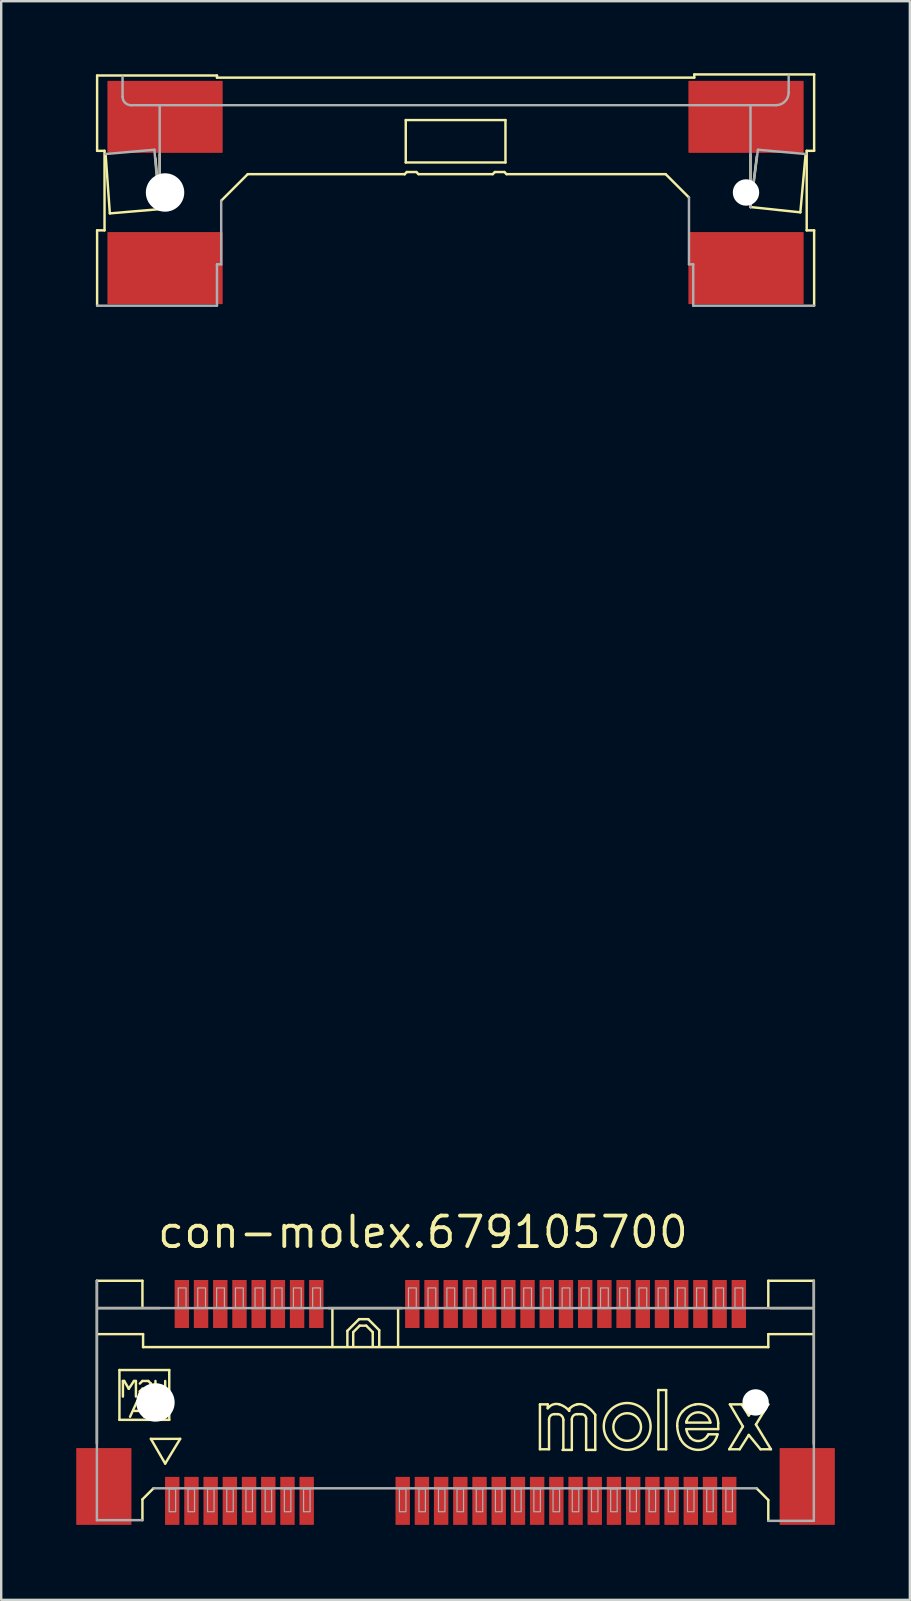
<source format=kicad_pcb>
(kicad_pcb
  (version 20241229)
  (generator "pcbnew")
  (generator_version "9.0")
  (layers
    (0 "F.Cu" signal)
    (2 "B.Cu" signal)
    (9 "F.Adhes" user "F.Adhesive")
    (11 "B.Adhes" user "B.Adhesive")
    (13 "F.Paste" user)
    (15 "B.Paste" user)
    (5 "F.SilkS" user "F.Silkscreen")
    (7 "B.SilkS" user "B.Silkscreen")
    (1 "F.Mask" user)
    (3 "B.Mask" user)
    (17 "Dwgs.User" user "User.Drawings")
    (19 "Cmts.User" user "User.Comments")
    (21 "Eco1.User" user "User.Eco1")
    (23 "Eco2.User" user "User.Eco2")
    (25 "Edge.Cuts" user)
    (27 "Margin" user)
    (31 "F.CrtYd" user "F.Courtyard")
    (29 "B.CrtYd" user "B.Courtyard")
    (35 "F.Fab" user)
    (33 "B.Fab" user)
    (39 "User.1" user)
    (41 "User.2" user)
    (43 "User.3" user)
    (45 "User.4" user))
  (footprint "con-molex.679105700"
    (layer "F.Cu")
    (at 3.425 55.368)
    (property "Reference" "con-molex.679105700" (at 0 -6.35 0) (layer "F.SilkS") (effects (font (size 1.27 1.27) (thickness 0.16)) (justify left bottom)))
    (attr smd)
    (fp_rect (start -3.4 5.188) (end -0.9 1.8) (stroke (width 0.05) (type default)) (fill yes) (layer "F.Mask"))
    (fp_rect (start -2.188 -51.875) (end 2.962 -55.212) (stroke (width 0.05) (type default)) (fill yes) (layer "F.Mask"))
    (fp_rect (start -2.188 -45.562) (end 2.962 -48.9) (stroke (width 0.05) (type default)) (fill yes) (layer "F.Mask"))
    (fp_rect (start 0.35 5.175) (end 1.038 3.025) (stroke (width 0.05) (type default)) (fill yes) (layer "F.Mask"))
    (fp_rect (start 0.75 -3.025) (end 1.438 -5.175) (stroke (width 0.05) (type default)) (fill yes) (layer "F.Mask"))
    (fp_rect (start 1.15 5.175) (end 1.837 3.025) (stroke (width 0.05) (type default)) (fill yes) (layer "F.Mask"))
    (fp_rect (start 1.55 -3.025) (end 2.237 -5.175) (stroke (width 0.05) (type default)) (fill yes) (layer "F.Mask"))
    (fp_rect (start 1.95 5.175) (end 2.638 3.025) (stroke (width 0.05) (type default)) (fill yes) (layer "F.Mask"))
    (fp_rect (start 2.35 -3.025) (end 3.038 -5.175) (stroke (width 0.05) (type default)) (fill yes) (layer "F.Mask"))
    (fp_rect (start 2.75 5.175) (end 3.438 3.025) (stroke (width 0.05) (type default)) (fill yes) (layer "F.Mask"))
    (fp_rect (start 3.15 -3.025) (end 3.837 -5.175) (stroke (width 0.05) (type default)) (fill yes) (layer "F.Mask"))
    (fp_rect (start 3.55 5.175) (end 4.237 3.025) (stroke (width 0.05) (type default)) (fill yes) (layer "F.Mask"))
    (fp_rect (start 3.95 -3.025) (end 4.638 -5.175) (stroke (width 0.05) (type default)) (fill yes) (layer "F.Mask"))
    (fp_rect (start 4.35 5.175) (end 5.037 3.025) (stroke (width 0.05) (type default)) (fill yes) (layer "F.Mask"))
    (fp_rect (start 4.75 -3.025) (end 5.438 -5.175) (stroke (width 0.05) (type default)) (fill yes) (layer "F.Mask"))
    (fp_rect (start 5.15 5.175) (end 5.838 3.025) (stroke (width 0.05) (type default)) (fill yes) (layer "F.Mask"))
    (fp_rect (start 5.55 -3.025) (end 6.237 -5.175) (stroke (width 0.05) (type default)) (fill yes) (layer "F.Mask"))
    (fp_rect (start 5.95 5.175) (end 6.638 3.025) (stroke (width 0.05) (type default)) (fill yes) (layer "F.Mask"))
    (fp_rect (start 6.35 -3.025) (end 7.037 -5.175) (stroke (width 0.05) (type default)) (fill yes) (layer "F.Mask"))
    (fp_rect (start 9.95 5.175) (end 10.637 3.025) (stroke (width 0.05) (type default)) (fill yes) (layer "F.Mask"))
    (fp_rect (start 10.35 -3.025) (end 11.037 -5.175) (stroke (width 0.05) (type default)) (fill yes) (layer "F.Mask"))
    (fp_rect (start 10.75 5.175) (end 11.438 3.025) (stroke (width 0.05) (type default)) (fill yes) (layer "F.Mask"))
    (fp_rect (start 11.15 -3.025) (end 11.838 -5.175) (stroke (width 0.05) (type default)) (fill yes) (layer "F.Mask"))
    (fp_rect (start 11.55 5.175) (end 12.238 3.025) (stroke (width 0.05) (type default)) (fill yes) (layer "F.Mask"))
    (fp_rect (start 11.95 -3.025) (end 12.637 -5.175) (stroke (width 0.05) (type default)) (fill yes) (layer "F.Mask"))
    (fp_rect (start 12.35 5.175) (end 13.037 3.025) (stroke (width 0.05) (type default)) (fill yes) (layer "F.Mask"))
    (fp_rect (start 12.75 -3.025) (end 13.438 -5.175) (stroke (width 0.05) (type default)) (fill yes) (layer "F.Mask"))
    (fp_rect (start 13.15 5.175) (end 13.838 3.025) (stroke (width 0.05) (type default)) (fill yes) (layer "F.Mask"))
    (fp_rect (start 13.55 -3.025) (end 14.238 -5.175) (stroke (width 0.05) (type default)) (fill yes) (layer "F.Mask"))
    (fp_rect (start 13.95 5.175) (end 14.637 3.025) (stroke (width 0.05) (type default)) (fill yes) (layer "F.Mask"))
    (fp_rect (start 14.35 -3.025) (end 15.037 -5.175) (stroke (width 0.05) (type default)) (fill yes) (layer "F.Mask"))
    (fp_rect (start 14.75 5.175) (end 15.438 3.025) (stroke (width 0.05) (type default)) (fill yes) (layer "F.Mask"))
    (fp_rect (start 15.15 -3.025) (end 15.838 -5.175) (stroke (width 0.05) (type default)) (fill yes) (layer "F.Mask"))
    (fp_rect (start 15.55 5.175) (end 16.238 3.025) (stroke (width 0.05) (type default)) (fill yes) (layer "F.Mask"))
    (fp_rect (start 15.95 -3.025) (end 16.637 -5.175) (stroke (width 0.05) (type default)) (fill yes) (layer "F.Mask"))
    (fp_rect (start 16.35 5.175) (end 17.038 3.025) (stroke (width 0.05) (type default)) (fill yes) (layer "F.Mask"))
    (fp_rect (start 16.75 -3.025) (end 17.438 -5.175) (stroke (width 0.05) (type default)) (fill yes) (layer "F.Mask"))
    (fp_rect (start 17.15 5.175) (end 17.837 3.025) (stroke (width 0.05) (type default)) (fill yes) (layer "F.Mask"))
    (fp_rect (start 17.55 -3.025) (end 18.238 -5.175) (stroke (width 0.05) (type default)) (fill yes) (layer "F.Mask"))
    (fp_rect (start 17.95 5.175) (end 18.637 3.025) (stroke (width 0.05) (type default)) (fill yes) (layer "F.Mask"))
    (fp_rect (start 18.35 -3.025) (end 19.038 -5.175) (stroke (width 0.05) (type default)) (fill yes) (layer "F.Mask"))
    (fp_rect (start 18.75 5.175) (end 19.438 3.025) (stroke (width 0.05) (type default)) (fill yes) (layer "F.Mask"))
    (fp_rect (start 19.15 -3.025) (end 19.837 -5.175) (stroke (width 0.05) (type default)) (fill yes) (layer "F.Mask"))
    (fp_rect (start 19.55 5.175) (end 20.238 3.025) (stroke (width 0.05) (type default)) (fill yes) (layer "F.Mask"))
    (fp_rect (start 19.95 -3.025) (end 20.637 -5.175) (stroke (width 0.05) (type default)) (fill yes) (layer "F.Mask"))
    (fp_rect (start 20.35 5.175) (end 21.038 3.025) (stroke (width 0.05) (type default)) (fill yes) (layer "F.Mask"))
    (fp_rect (start 20.75 -3.025) (end 21.438 -5.175) (stroke (width 0.05) (type default)) (fill yes) (layer "F.Mask"))
    (fp_rect (start 21.15 5.175) (end 21.837 3.025) (stroke (width 0.05) (type default)) (fill yes) (layer "F.Mask"))
    (fp_rect (start 21.55 -3.025) (end 22.238 -5.175) (stroke (width 0.05) (type default)) (fill yes) (layer "F.Mask"))
    (fp_rect (start 21.95 5.175) (end 22.637 3.025) (stroke (width 0.05) (type default)) (fill yes) (layer "F.Mask"))
    (fp_rect (start 22.012 -45.575) (end 27.163 -48.913) (stroke (width 0.05) (type default)) (fill yes) (layer "F.Mask"))
    (fp_rect (start 22.025 -51.875) (end 27.175 -55.212) (stroke (width 0.05) (type default)) (fill yes) (layer "F.Mask"))
    (fp_rect (start 22.35 -3.025) (end 23.038 -5.175) (stroke (width 0.05) (type default)) (fill yes) (layer "F.Mask"))
    (fp_rect (start 22.75 5.175) (end 23.438 3.025) (stroke (width 0.05) (type default)) (fill yes) (layer "F.Mask"))
    (fp_rect (start 23.15 -3.025) (end 23.837 -5.175) (stroke (width 0.05) (type default)) (fill yes) (layer "F.Mask"))
    (fp_rect (start 23.55 5.175) (end 24.238 3.025) (stroke (width 0.05) (type default)) (fill yes) (layer "F.Mask"))
    (fp_rect (start 23.95 -3.025) (end 24.637 -5.175) (stroke (width 0.05) (type default)) (fill yes) (layer "F.Mask"))
    (fp_rect (start 25.9 5.2) (end 28.4 1.812) (stroke (width 0.05) (type default)) (fill yes) (layer "F.Mask"))
    (fp_line (start -2.439 -5.068) (end -0.542 -5.068) (stroke (width 0.102) (type default)) (layer "F.SilkS"))
    (fp_line (start -2.439 1.705) (end -2.439 -5.068) (stroke (width 0.102) (type default)) (layer "F.SilkS"))
    (fp_line (start -2.43 -55.273) (end 2.563 -55.273) (stroke (width 0.102) (type default)) (layer "F.SilkS"))
    (fp_line (start -2.43 -52.136) (end -2.43 -55.273) (stroke (width 0.102) (type default)) (layer "F.SilkS"))
    (fp_line (start -2.43 -48.822) (end -2.121 -48.822) (stroke (width 0.102) (type default)) (layer "F.SilkS"))
    (fp_line (start -2.43 -45.685) (end -2.43 -48.822) (stroke (width 0.102) (type default)) (layer "F.SilkS"))
    (fp_line (start -2.385 -3.929) (end 0.171 -3.929) (stroke (width 0.102) (type default)) (layer "F.SilkS"))
    (fp_line (start -2.121 -52.136) (end -2.43 -52.136) (stroke (width 0.102) (type default)) (layer "F.SilkS"))
    (fp_line (start -2.121 -48.822) (end -2.121 -52.136) (stroke (width 0.102) (type default)) (layer "F.SilkS"))
    (fp_line (start -2.077 -52.003) (end -1.9 -49.529) (stroke (width 0.102) (type default)) (layer "F.SilkS"))
    (fp_line (start -1.9 -49.529) (end 0.177 -49.706) (stroke (width 0.102) (type default)) (layer "F.SilkS"))
    (fp_line (start -1.5 -1.35) (end 0.575 -1.35) (stroke (width 0.102) (type default)) (layer "F.SilkS"))
    (fp_line (start -1.5 0.725) (end -1.5 -1.35) (stroke (width 0.102) (type default)) (layer "F.SilkS"))
    (fp_line (start -1.355 -0.894) (end -1.301 -0.894) (stroke (width 0.102) (type default)) (layer "F.SilkS"))
    (fp_line (start -1.355 -0.244) (end -1.355 -0.894) (stroke (width 0.102) (type default)) (layer "F.SilkS"))
    (fp_line (start -1.301 -0.894) (end -1.111 -0.569) (stroke (width 0.102) (type default)) (layer "F.SilkS"))
    (fp_line (start -1.111 -0.569) (end -0.894 -0.894) (stroke (width 0.102) (type default)) (layer "F.SilkS"))
    (fp_line (start -1.057 0.596) (end -0.759 -0.054) (stroke (width 0.102) (type default)) (layer "F.SilkS"))
    (fp_line (start -0.894 -0.894) (end -0.813 -0.894) (stroke (width 0.102) (type default)) (layer "F.SilkS"))
    (fp_line (start -0.894 0.352) (end -0.623 0.352) (stroke (width 0.102) (type default)) (layer "F.SilkS"))
    (fp_line (start -0.813 -0.894) (end -0.813 -0.244) (stroke (width 0.102) (type default)) (layer "F.SilkS"))
    (fp_line (start -0.759 -0.054) (end -0.461 0.596) (stroke (width 0.102) (type default)) (layer "F.SilkS"))
    (fp_line (start -0.65 -0.786) (end -0.542 -0.894) (stroke (width 0.102) (type default)) (layer "F.SilkS"))
    (fp_line (start -0.65 -0.461) (end -0.65 -0.352) (stroke (width 0.102) (type default)) (layer "F.SilkS"))
    (fp_line (start -0.65 -0.352) (end -0.542 -0.244) (stroke (width 0.102) (type default)) (layer "F.SilkS"))
    (fp_line (start -0.542 -5.068) (end -0.542 -4.011) (stroke (width 0.102) (type default)) (layer "F.SilkS"))
    (fp_line (start -0.542 -0.894) (end -0.298 -0.894) (stroke (width 0.102) (type default)) (layer "F.SilkS"))
    (fp_line (start -0.542 -0.569) (end -0.65 -0.461) (stroke (width 0.102) (type default)) (layer "F.SilkS"))
    (fp_line (start -0.542 -0.244) (end -0.298 -0.244) (stroke (width 0.102) (type default)) (layer "F.SilkS"))
    (fp_line (start -0.542 4.038) (end -0.081 3.577) (stroke (width 0.102) (type default)) (layer "F.SilkS"))
    (fp_line (start -0.542 4.905) (end -0.542 4.038) (stroke (width 0.102) (type default)) (layer "F.SilkS"))
    (fp_line (start -0.515 -2.845) (end -2.385 -2.845) (stroke (width 0.102) (type default)) (layer "F.SilkS"))
    (fp_line (start -0.515 -2.304) (end -0.515 -2.845) (stroke (width 0.102) (type default)) (layer "F.SilkS"))
    (fp_line (start -0.406 0.136) (end -0.136 -0.054) (stroke (width 0.102) (type default)) (layer "F.SilkS"))
    (fp_line (start -0.298 -0.894) (end -0.19 -0.786) (stroke (width 0.102) (type default)) (layer "F.SilkS"))
    (fp_line (start -0.298 -0.244) (end -0.19 -0.352) (stroke (width 0.102) (type default)) (layer "F.SilkS"))
    (fp_line (start -0.271 -0.569) (end -0.542 -0.569) (stroke (width 0.102) (type default)) (layer "F.SilkS"))
    (fp_line (start -0.19 -0.786) (end -0.19 -0.65) (stroke (width 0.102) (type default)) (layer "F.SilkS"))
    (fp_line (start -0.19 -0.65) (end -0.271 -0.569) (stroke (width 0.102) (type default)) (layer "F.SilkS"))
    (fp_line (start -0.19 1.518) (end 1.03 1.518) (stroke (width 0.102) (type default)) (layer "F.SilkS"))
    (fp_line (start -0.136 -0.054) (end -0.136 0.596) (stroke (width 0.102) (type default)) (layer "F.SilkS"))
    (fp_line (start 0 -0.894) (end 0 -0.244) (stroke (width 0.102) (type default)) (layer "F.SilkS"))
    (fp_line (start 0.054 -0.569) (end 0.352 -0.569) (stroke (width 0.102) (type default)) (layer "F.SilkS"))
    (fp_line (start 0.177 -49.706) (end 0 -51.824) (stroke (width 0.102) (type default)) (layer "F.SilkS"))
    (fp_line (start 0.177 -49.706) (end 0.177 -51.992) (stroke (width 0.102) (type default)) (layer "F.SilkS"))
    (fp_line (start 0.406 -0.894) (end 0.406 -0.244) (stroke (width 0.102) (type default)) (layer "F.SilkS"))
    (fp_line (start 0.406 2.547) (end -0.19 1.518) (stroke (width 0.102) (type default)) (layer "F.SilkS"))
    (fp_line (start 0.575 -1.35) (end 0.575 0.725) (stroke (width 0.102) (type default)) (layer "F.SilkS"))
    (fp_line (start 0.575 0.725) (end -1.5 0.725) (stroke (width 0.102) (type default)) (layer "F.SilkS"))
    (fp_line (start 1.03 1.518) (end 0.406 2.547) (stroke (width 0.102) (type default)) (layer "F.SilkS"))
    (fp_line (start 2.563 -55.273) (end 2.563 -55.185) (stroke (width 0.102) (type default)) (layer "F.SilkS"))
    (fp_line (start 2.563 -55.185) (end 22.445 -55.185) (stroke (width 0.102) (type default)) (layer "F.SilkS"))
    (fp_line (start 3.844 -51.164) (end 2.739 -50.059) (stroke (width 0.102) (type default)) (layer "F.SilkS"))
    (fp_line (start 7.215 -3.929) (end 10.271 -3.929) (stroke (width 0.102) (type default)) (layer "F.SilkS"))
    (fp_line (start 7.371 -2.358) (end 7.371 -3.875) (stroke (width 0.102) (type default)) (layer "F.SilkS"))
    (fp_line (start 7.995 -2.981) (end 8.482 -3.469) (stroke (width 0.102) (type default)) (layer "F.SilkS"))
    (fp_line (start 7.995 -2.358) (end 7.995 -2.981) (stroke (width 0.102) (type default)) (layer "F.SilkS"))
    (fp_line (start 8.238 -2.927) (end 8.509 -3.198) (stroke (width 0.102) (type default)) (layer "F.SilkS"))
    (fp_line (start 8.238 -2.358) (end 8.238 -2.927) (stroke (width 0.102) (type default)) (layer "F.SilkS"))
    (fp_line (start 8.482 -3.469) (end 8.862 -3.469) (stroke (width 0.102) (type default)) (layer "F.SilkS"))
    (fp_line (start 8.509 -3.198) (end 8.78 -3.198) (stroke (width 0.102) (type default)) (layer "F.SilkS"))
    (fp_line (start 8.78 -3.198) (end 9.051 -2.927) (stroke (width 0.102) (type default)) (layer "F.SilkS"))
    (fp_line (start 8.862 -3.469) (end 9.322 -3.008) (stroke (width 0.102) (type default)) (layer "F.SilkS"))
    (fp_line (start 9.051 -2.927) (end 9.051 -2.358) (stroke (width 0.102) (type default)) (layer "F.SilkS"))
    (fp_line (start 9.322 -3.008) (end 9.322 -2.358) (stroke (width 0.102) (type default)) (layer "F.SilkS"))
    (fp_line (start 10.108 -2.358) (end 10.108 -3.875) (stroke (width 0.102) (type default)) (layer "F.SilkS"))
    (fp_line (start 10.383 -51.164) (end 3.844 -51.164) (stroke (width 0.102) (type default)) (layer "F.SilkS"))
    (fp_line (start 10.383 -51.164) (end 10.383 -51.164) (stroke (width 0.102) (type default)) (layer "F.SilkS"))
    (fp_line (start 10.427 -53.417) (end 10.427 -51.65) (stroke (width 0.102) (type default)) (layer "F.SilkS"))
    (fp_line (start 10.427 -51.65) (end 14.58 -51.65) (stroke (width 0.102) (type default)) (layer "F.SilkS"))
    (fp_line (start 10.471 -51.252) (end 10.383 -51.164) (stroke (width 0.102) (type default)) (layer "F.SilkS"))
    (fp_line (start 10.869 -51.252) (end 10.471 -51.252) (stroke (width 0.102) (type default)) (layer "F.SilkS"))
    (fp_line (start 10.957 -51.164) (end 10.869 -51.252) (stroke (width 0.102) (type default)) (layer "F.SilkS"))
    (fp_line (start 14.05 -51.164) (end 10.957 -51.164) (stroke (width 0.102) (type default)) (layer "F.SilkS"))
    (fp_line (start 14.139 -51.252) (end 14.05 -51.164) (stroke (width 0.102) (type default)) (layer "F.SilkS"))
    (fp_line (start 14.536 -51.252) (end 14.139 -51.252) (stroke (width 0.102) (type default)) (layer "F.SilkS"))
    (fp_line (start 14.58 -53.417) (end 10.427 -53.417) (stroke (width 0.102) (type default)) (layer "F.SilkS"))
    (fp_line (start 14.58 -51.65) (end 14.58 -53.417) (stroke (width 0.102) (type default)) (layer "F.SilkS"))
    (fp_line (start 14.624 -51.164) (end 14.536 -51.252) (stroke (width 0.102) (type default)) (layer "F.SilkS"))
    (fp_line (start 16.016 0.081) (end 16.341 0.081) (stroke (width 0.102) (type default)) (layer "F.SilkS"))
    (fp_line (start 16.016 1.951) (end 16.016 0.081) (stroke (width 0.102) (type default)) (layer "F.SilkS"))
    (fp_line (start 16.341 0.081) (end 16.341 0.244) (stroke (width 0.102) (type default)) (layer "F.SilkS"))
    (fp_line (start 16.341 0.244) (end 16.395 0.19) (stroke (width 0.102) (type default)) (layer "F.SilkS"))
    (fp_line (start 16.395 0.705) (end 16.395 1.951) (stroke (width 0.102) (type default)) (layer "F.SilkS"))
    (fp_line (start 16.395 1.951) (end 16.016 1.951) (stroke (width 0.102) (type default)) (layer "F.SilkS"))
    (fp_line (start 16.748 0.488) (end 16.612 0.488) (stroke (width 0.102) (type default)) (layer "F.SilkS"))
    (fp_line (start 16.992 1.951) (end 16.992 0.732) (stroke (width 0.102) (type default)) (layer "F.SilkS"))
    (fp_line (start 17.236 0.271) (end 17.263 0.244) (stroke (width 0.102) (type default)) (layer "F.SilkS"))
    (fp_line (start 17.236 0.352) (end 17.236 0.271) (stroke (width 0.102) (type default)) (layer "F.SilkS"))
    (fp_line (start 17.344 0.705) (end 17.344 1.978) (stroke (width 0.102) (type default)) (layer "F.SilkS"))
    (fp_line (start 17.344 1.978) (end 16.965 1.978) (stroke (width 0.102) (type default)) (layer "F.SilkS"))
    (fp_line (start 17.75 0.488) (end 17.561 0.488) (stroke (width 0.102) (type default)) (layer "F.SilkS"))
    (fp_line (start 17.94 1.978) (end 17.94 0.677) (stroke (width 0.102) (type default)) (layer "F.SilkS"))
    (fp_line (start 18.32 0.515) (end 18.32 1.978) (stroke (width 0.102) (type default)) (layer "F.SilkS"))
    (fp_line (start 18.32 1.978) (end 17.94 1.978) (stroke (width 0.102) (type default)) (layer "F.SilkS"))
    (fp_line (start 20.948 -0.515) (end 21.273 -0.515) (stroke (width 0.102) (type default)) (layer "F.SilkS"))
    (fp_line (start 20.948 1.951) (end 20.948 -0.515) (stroke (width 0.102) (type default)) (layer "F.SilkS"))
    (fp_line (start 21.252 -51.164) (end 14.624 -51.164) (stroke (width 0.102) (type default)) (layer "F.SilkS"))
    (fp_line (start 21.273 -0.515) (end 21.273 1.951) (stroke (width 0.102) (type default)) (layer "F.SilkS"))
    (fp_line (start 21.273 1.951) (end 20.948 1.951) (stroke (width 0.102) (type default)) (layer "F.SilkS"))
    (fp_line (start 22.114 0.84) (end 23.116 0.84) (stroke (width 0.102) (type default)) (layer "F.SilkS"))
    (fp_line (start 22.114 1.111) (end 23.442 1.111) (stroke (width 0.102) (type default)) (layer "F.SilkS"))
    (fp_line (start 22.224 -50.192) (end 21.252 -51.164) (stroke (width 0.102) (type default)) (layer "F.SilkS"))
    (fp_line (start 22.445 -55.317) (end 27.438 -55.317) (stroke (width 0.102) (type default)) (layer "F.SilkS"))
    (fp_line (start 22.445 -55.185) (end 22.445 -55.317) (stroke (width 0.102) (type default)) (layer "F.SilkS"))
    (fp_line (start 23.035 1.328) (end 22.981 1.409) (stroke (width 0.102) (type default)) (layer "F.SilkS"))
    (fp_line (start 23.414 1.328) (end 23.035 1.328) (stroke (width 0.102) (type default)) (layer "F.SilkS"))
    (fp_line (start 23.442 1.111) (end 23.442 0.867) (stroke (width 0.102) (type default)) (layer "F.SilkS"))
    (fp_line (start 23.902 1.951) (end 24.471 1.003) (stroke (width 0.102) (type default)) (layer "F.SilkS"))
    (fp_line (start 23.929 0.081) (end 24.417 0.081) (stroke (width 0.102) (type default)) (layer "F.SilkS"))
    (fp_line (start 24.336 1.951) (end 23.902 1.951) (stroke (width 0.102) (type default)) (layer "F.SilkS"))
    (fp_line (start 24.417 0.081) (end 24.715 0.542) (stroke (width 0.102) (type default)) (layer "F.SilkS"))
    (fp_line (start 24.471 1.003) (end 23.929 0.081) (stroke (width 0.102) (type default)) (layer "F.SilkS"))
    (fp_line (start 24.715 0.542) (end 25.095 0.081) (stroke (width 0.102) (type default)) (layer "F.SilkS"))
    (fp_line (start 24.715 1.355) (end 24.336 1.951) (stroke (width 0.102) (type default)) (layer "F.SilkS"))
    (fp_line (start 24.787 -51.992) (end 24.787 -49.794) (stroke (width 0.102) (type default)) (layer "F.SilkS"))
    (fp_line (start 24.787 -49.794) (end 26.863 -49.573) (stroke (width 0.102) (type default)) (layer "F.SilkS"))
    (fp_line (start 25.013 0.921) (end 25.637 1.951) (stroke (width 0.102) (type default)) (layer "F.SilkS"))
    (fp_line (start 25.04 3.577) (end 25.528 4.065) (stroke (width 0.102) (type default)) (layer "F.SilkS"))
    (fp_line (start 25.052 -51.913) (end 24.787 -49.794) (stroke (width 0.102) (type default)) (layer "F.SilkS"))
    (fp_line (start 25.095 0.081) (end 25.528 0.081) (stroke (width 0.102) (type default)) (layer "F.SilkS"))
    (fp_line (start 25.203 1.951) (end 24.715 1.355) (stroke (width 0.102) (type default)) (layer "F.SilkS"))
    (fp_line (start 25.528 -5.068) (end 25.528 -3.984) (stroke (width 0.102) (type default)) (layer "F.SilkS"))
    (fp_line (start 25.528 -2.845) (end 25.528 -2.304) (stroke (width 0.102) (type default)) (layer "F.SilkS"))
    (fp_line (start 25.528 -2.304) (end -0.515 -2.304) (stroke (width 0.102) (type default)) (layer "F.SilkS"))
    (fp_line (start 25.528 0.081) (end 25.013 0.921) (stroke (width 0.102) (type default)) (layer "F.SilkS"))
    (fp_line (start 25.528 4.065) (end 25.528 4.932) (stroke (width 0.102) (type default)) (layer "F.SilkS"))
    (fp_line (start 25.615 -3.929) (end 27.371 -3.929) (stroke (width 0.102) (type default)) (layer "F.SilkS"))
    (fp_line (start 25.637 1.951) (end 25.203 1.951) (stroke (width 0.102) (type default)) (layer "F.SilkS"))
    (fp_line (start 26.863 -49.573) (end 27.084 -52.003) (stroke (width 0.102) (type default)) (layer "F.SilkS"))
    (fp_line (start 27.128 -52.136) (end 27.128 -48.822) (stroke (width 0.102) (type default)) (layer "F.SilkS"))
    (fp_line (start 27.128 -48.822) (end 27.438 -48.822) (stroke (width 0.102) (type default)) (layer "F.SilkS"))
    (fp_line (start 27.371 -2.845) (end 25.528 -2.845) (stroke (width 0.102) (type default)) (layer "F.SilkS"))
    (fp_line (start 27.425 -5.068) (end 25.528 -5.068) (stroke (width 0.102) (type default)) (layer "F.SilkS"))
    (fp_line (start 27.425 1.732) (end 27.425 -5.068) (stroke (width 0.102) (type default)) (layer "F.SilkS"))
    (fp_line (start 27.438 -55.317) (end 27.438 -52.136) (stroke (width 0.102) (type default)) (layer "F.SilkS"))
    (fp_line (start 27.438 -52.136) (end 27.128 -52.136) (stroke (width 0.102) (type default)) (layer "F.SilkS"))
    (fp_line (start 27.438 -48.822) (end 27.438 -45.685) (stroke (width 0.102) (type default)) (layer "F.SilkS"))
    (fp_arc (start 16.3955 0.1897) (mid 16.597283 0.075431) (end 16.8291 0.0813) (stroke (width 0.1016) (type default)) (layer "F.SilkS"))
    (fp_arc (start 16.3955 0.7046) (mid 16.458999 0.551299) (end 16.6123 0.4878) (stroke (width 0.1016) (type default)) (layer "F.SilkS"))
    (fp_arc (start 16.7478 0.4878) (mid 16.920322 0.559178) (end 16.9917 0.7317) (stroke (width 0.1016) (type default)) (layer "F.SilkS"))
    (fp_arc (start 16.8291 0.0813) (mid 17.052313 0.186855) (end 17.2356 0.3523) (stroke (width 0.1016) (type default)) (layer "F.SilkS"))
    (fp_arc (start 16.9917 1.9512) (mid 16.983763 1.970363) (end 16.9646 1.9783) (stroke (width 0.1016) (type default)) (layer "F.SilkS"))
    (fp_arc (start 17.2627 0.2439) (mid 17.400041 0.141133) (end 17.5608 0.0813) (stroke (width 0.1016) (type default)) (layer "F.SilkS"))
    (fp_arc (start 17.344 0.7046) (mid 17.407499 0.551299) (end 17.5608 0.4878) (stroke (width 0.1016) (type default)) (layer "F.SilkS"))
    (fp_arc (start 17.5608 0.0813) (mid 17.741966 0.075793) (end 17.9131 0.1355) (stroke (width 0.1016) (type default)) (layer "F.SilkS"))
    (fp_arc (start 17.7505 0.4878) (mid 17.884667 0.543333) (end 17.9402 0.6775) (stroke (width 0.1016) (type default)) (layer "F.SilkS"))
    (fp_arc (start 17.9131 0.1355) (mid 18.138495 0.301474) (end 18.3196 0.5149) (stroke (width 0.1016) (type default)) (layer "F.SilkS"))
    (fp_arc (start 21.7342 0.9756) (mid 21.785216 0.656633) (end 21.951 0.3794) (stroke (width 0.1016) (type default)) (layer "F.SilkS"))
    (fp_arc (start 21.8697 1.5176) (mid 21.772926 1.253856) (end 21.7342 0.9756) (stroke (width 0.1016) (type default)) (layer "F.SilkS"))
    (fp_arc (start 21.951 0.3794) (mid 22.196501 0.183988) (end 22.493 0.0813) (stroke (width 0.1016) (type default)) (layer "F.SilkS"))
    (fp_arc (start 22.1136 0.8401) (mid 22.114904 0.80678) (end 22.125 0.775) (stroke (width 0.1016) (type default)) (layer "F.SilkS"))
    (fp_arc (start 22.125 0.775) (mid 22.6125 0.412392) (end 23.1 0.775) (stroke (width 0.1016) (type default)) (layer "F.SilkS"))
    (fp_arc (start 22.2762 1.4634) (mid 22.167442 1.299923) (end 22.1136 1.1111) (stroke (width 0.1016) (type default)) (layer "F.SilkS"))
    (fp_arc (start 22.493 0.0813) (mid 22.870818 0.106765) (end 23.1976 0.2981) (stroke (width 0.1016) (type default)) (layer "F.SilkS"))
    (fp_arc (start 22.9808 1.4092) (mid 22.641707 1.607993) (end 22.2762 1.4634) (stroke (width 0.1016) (type default)) (layer "F.SilkS"))
    (fp_arc (start 23.1 0.775) (mid 23.109756 0.807148) (end 23.1163 0.8401) (stroke (width 0.1016) (type default)) (layer "F.SilkS"))
    (fp_arc (start 23.1976 0.2981) (mid 23.37798 0.557608) (end 23.4415 0.8672) (stroke (width 0.1016) (type default)) (layer "F.SilkS"))
    (fp_arc (start 23.4144 1.3279) (mid 22.709342 1.970699) (end 21.8697 1.5176) (stroke (width 0.1016) (type default)) (layer "F.SilkS"))
    (fp_circle (center 19.65 1) (end 20.625 1) (stroke (width 0.102) (type default)) (fill no) (layer "F.SilkS"))
    (fp_circle (center 19.65 1.025) (end 20.226 1.025) (stroke (width 0.102) (type default)) (fill no) (layer "F.SilkS"))
    (fp_rect (start -3.2 4.987) (end -1.1 1.988) (stroke (width 0.05) (type default)) (fill yes) (layer "F.Paste"))
    (fp_rect (start -1.863 -52.237) (end 2.638 -54.888) (stroke (width 0.05) (type default)) (fill yes) (layer "F.Paste"))
    (fp_rect (start -1.863 -45.925) (end 2.638 -48.575) (stroke (width 0.05) (type default)) (fill yes) (layer "F.Paste"))
    (fp_rect (start 0.438 5.05) (end 0.963 3.15) (stroke (width 0.05) (type default)) (fill yes) (layer "F.Paste"))
    (fp_rect (start 0.838 -3.15) (end 1.363 -5.05) (stroke (width 0.05) (type default)) (fill yes) (layer "F.Paste"))
    (fp_rect (start 1.238 5.05) (end 1.762 3.15) (stroke (width 0.05) (type default)) (fill yes) (layer "F.Paste"))
    (fp_rect (start 1.637 -3.15) (end 2.163 -5.05) (stroke (width 0.05) (type default)) (fill yes) (layer "F.Paste"))
    (fp_rect (start 2.038 5.05) (end 2.562 3.15) (stroke (width 0.05) (type default)) (fill yes) (layer "F.Paste"))
    (fp_rect (start 2.438 -3.15) (end 2.962 -5.05) (stroke (width 0.05) (type default)) (fill yes) (layer "F.Paste"))
    (fp_rect (start 2.837 5.05) (end 3.362 3.15) (stroke (width 0.05) (type default)) (fill yes) (layer "F.Paste"))
    (fp_rect (start 3.237 -3.15) (end 3.763 -5.05) (stroke (width 0.05) (type default)) (fill yes) (layer "F.Paste"))
    (fp_rect (start 3.638 5.05) (end 4.162 3.15) (stroke (width 0.05) (type default)) (fill yes) (layer "F.Paste"))
    (fp_rect (start 4.037 -3.15) (end 4.562 -5.05) (stroke (width 0.05) (type default)) (fill yes) (layer "F.Paste"))
    (fp_rect (start 4.438 5.05) (end 4.963 3.15) (stroke (width 0.05) (type default)) (fill yes) (layer "F.Paste"))
    (fp_rect (start 4.838 -3.15) (end 5.362 -5.05) (stroke (width 0.05) (type default)) (fill yes) (layer "F.Paste"))
    (fp_rect (start 5.237 5.05) (end 5.763 3.15) (stroke (width 0.05) (type default)) (fill yes) (layer "F.Paste"))
    (fp_rect (start 5.638 -3.15) (end 6.162 -5.05) (stroke (width 0.05) (type default)) (fill yes) (layer "F.Paste"))
    (fp_rect (start 6.037 5.05) (end 6.562 3.15) (stroke (width 0.05) (type default)) (fill yes) (layer "F.Paste"))
    (fp_rect (start 6.438 -3.15) (end 6.963 -5.05) (stroke (width 0.05) (type default)) (fill yes) (layer "F.Paste"))
    (fp_rect (start 10.037 5.05) (end 10.562 3.15) (stroke (width 0.05) (type default)) (fill yes) (layer "F.Paste"))
    (fp_rect (start 10.438 -3.15) (end 10.963 -5.05) (stroke (width 0.05) (type default)) (fill yes) (layer "F.Paste"))
    (fp_rect (start 10.838 5.05) (end 11.363 3.15) (stroke (width 0.05) (type default)) (fill yes) (layer "F.Paste"))
    (fp_rect (start 11.238 -3.15) (end 11.762 -5.05) (stroke (width 0.05) (type default)) (fill yes) (layer "F.Paste"))
    (fp_rect (start 11.637 5.05) (end 12.162 3.15) (stroke (width 0.05) (type default)) (fill yes) (layer "F.Paste"))
    (fp_rect (start 12.037 -3.15) (end 12.562 -5.05) (stroke (width 0.05) (type default)) (fill yes) (layer "F.Paste"))
    (fp_rect (start 12.438 5.05) (end 12.963 3.15) (stroke (width 0.05) (type default)) (fill yes) (layer "F.Paste"))
    (fp_rect (start 12.838 -3.15) (end 13.363 -5.05) (stroke (width 0.05) (type default)) (fill yes) (layer "F.Paste"))
    (fp_rect (start 13.238 5.05) (end 13.762 3.15) (stroke (width 0.05) (type default)) (fill yes) (layer "F.Paste"))
    (fp_rect (start 13.637 -3.15) (end 14.162 -5.05) (stroke (width 0.05) (type default)) (fill yes) (layer "F.Paste"))
    (fp_rect (start 14.037 5.05) (end 14.562 3.15) (stroke (width 0.05) (type default)) (fill yes) (layer "F.Paste"))
    (fp_rect (start 14.438 -3.15) (end 14.963 -5.05) (stroke (width 0.05) (type default)) (fill yes) (layer "F.Paste"))
    (fp_rect (start 14.838 5.05) (end 15.363 3.15) (stroke (width 0.05) (type default)) (fill yes) (layer "F.Paste"))
    (fp_rect (start 15.238 -3.15) (end 15.762 -5.05) (stroke (width 0.05) (type default)) (fill yes) (layer "F.Paste"))
    (fp_rect (start 15.637 5.05) (end 16.163 3.15) (stroke (width 0.05) (type default)) (fill yes) (layer "F.Paste"))
    (fp_rect (start 16.038 -3.15) (end 16.562 -5.05) (stroke (width 0.05) (type default)) (fill yes) (layer "F.Paste"))
    (fp_rect (start 16.438 5.05) (end 16.962 3.15) (stroke (width 0.05) (type default)) (fill yes) (layer "F.Paste"))
    (fp_rect (start 16.837 -3.15) (end 17.363 -5.05) (stroke (width 0.05) (type default)) (fill yes) (layer "F.Paste"))
    (fp_rect (start 17.238 5.05) (end 17.762 3.15) (stroke (width 0.05) (type default)) (fill yes) (layer "F.Paste"))
    (fp_rect (start 17.637 -3.15) (end 18.163 -5.05) (stroke (width 0.05) (type default)) (fill yes) (layer "F.Paste"))
    (fp_rect (start 18.038 5.05) (end 18.562 3.15) (stroke (width 0.05) (type default)) (fill yes) (layer "F.Paste"))
    (fp_rect (start 18.438 -3.15) (end 18.962 -5.05) (stroke (width 0.05) (type default)) (fill yes) (layer "F.Paste"))
    (fp_rect (start 18.837 5.05) (end 19.363 3.15) (stroke (width 0.05) (type default)) (fill yes) (layer "F.Paste"))
    (fp_rect (start 19.238 -3.15) (end 19.762 -5.05) (stroke (width 0.05) (type default)) (fill yes) (layer "F.Paste"))
    (fp_rect (start 19.637 5.05) (end 20.163 3.15) (stroke (width 0.05) (type default)) (fill yes) (layer "F.Paste"))
    (fp_rect (start 20.038 -3.15) (end 20.562 -5.05) (stroke (width 0.05) (type default)) (fill yes) (layer "F.Paste"))
    (fp_rect (start 20.438 5.05) (end 20.962 3.15) (stroke (width 0.05) (type default)) (fill yes) (layer "F.Paste"))
    (fp_rect (start 20.837 -3.15) (end 21.363 -5.05) (stroke (width 0.05) (type default)) (fill yes) (layer "F.Paste"))
    (fp_rect (start 21.238 5.05) (end 21.762 3.15) (stroke (width 0.05) (type default)) (fill yes) (layer "F.Paste"))
    (fp_rect (start 21.637 -3.15) (end 22.163 -5.05) (stroke (width 0.05) (type default)) (fill yes) (layer "F.Paste"))
    (fp_rect (start 22.038 5.05) (end 22.562 3.15) (stroke (width 0.05) (type default)) (fill yes) (layer "F.Paste"))
    (fp_rect (start 22.337 -45.938) (end 26.837 -48.587) (stroke (width 0.05) (type default)) (fill yes) (layer "F.Paste"))
    (fp_rect (start 22.35 -52.2) (end 26.85 -54.888) (stroke (width 0.05) (type default)) (fill yes) (layer "F.Paste"))
    (fp_rect (start 22.438 -3.15) (end 22.962 -5.05) (stroke (width 0.05) (type default)) (fill yes) (layer "F.Paste"))
    (fp_rect (start 22.837 5.05) (end 23.363 3.15) (stroke (width 0.05) (type default)) (fill yes) (layer "F.Paste"))
    (fp_rect (start 23.238 -3.15) (end 23.762 -5.05) (stroke (width 0.05) (type default)) (fill yes) (layer "F.Paste"))
    (fp_rect (start 23.637 5.05) (end 24.163 3.15) (stroke (width 0.05) (type default)) (fill yes) (layer "F.Paste"))
    (fp_rect (start 24.038 -3.15) (end 24.562 -5.05) (stroke (width 0.05) (type default)) (fill yes) (layer "F.Paste"))
    (fp_rect (start 26.1 5) (end 28.2 2) (stroke (width 0.05) (type default)) (fill yes) (layer "F.Paste"))
    (fp_line (start -2.439 4.905) (end -2.439 -5.068) (stroke (width 0.102) (type default)) (layer "F.Fab"))
    (fp_line (start -2.439 4.905) (end -0.542 4.905) (stroke (width 0.102) (type default)) (layer "F.Fab"))
    (fp_line (start -2.385 -3.929) (end 27.371 -3.929) (stroke (width 0.102) (type default)) (layer "F.Fab"))
    (fp_line (start -1.37 -55.229) (end -1.37 -54.389) (stroke (width 0.102) (type default)) (layer "F.Fab"))
    (fp_line (start -1.016 -54.036) (end 25.847 -54.036) (stroke (width 0.102) (type default)) (layer "F.Fab"))
    (fp_line (start -0.081 3.577) (end 25.04 3.577) (stroke (width 0.102) (type default)) (layer "F.Fab"))
    (fp_line (start -0.044 -52.18) (end -2.077 -52.003) (stroke (width 0.102) (type default)) (layer "F.Fab"))
    (fp_line (start 0.177 -49.706) (end -0.044 -52.18) (stroke (width 0.102) (type default)) (layer "F.Fab"))
    (fp_line (start 0.177 -49.706) (end 0.177 -53.992) (stroke (width 0.102) (type default)) (layer "F.Fab"))
    (fp_line (start 2.563 -47.408) (end 2.563 -45.685) (stroke (width 0.102) (type default)) (layer "F.Fab"))
    (fp_line (start 2.563 -45.685) (end -2.43 -45.685) (stroke (width 0.102) (type default)) (layer "F.Fab"))
    (fp_line (start 2.739 -50.059) (end 2.739 -47.408) (stroke (width 0.102) (type default)) (layer "F.Fab"))
    (fp_line (start 2.739 -47.408) (end 2.563 -47.408) (stroke (width 0.102) (type default)) (layer "F.Fab"))
    (fp_line (start 22.224 -47.408) (end 22.224 -50.192) (stroke (width 0.102) (type default)) (layer "F.Fab"))
    (fp_line (start 22.401 -47.408) (end 22.224 -47.408) (stroke (width 0.102) (type default)) (layer "F.Fab"))
    (fp_line (start 22.401 -45.685) (end 22.401 -47.408) (stroke (width 0.102) (type default)) (layer "F.Fab"))
    (fp_line (start 24.787 -53.992) (end 24.787 -49.794) (stroke (width 0.102) (type default)) (layer "F.Fab"))
    (fp_line (start 25.096 -52.18) (end 24.787 -49.794) (stroke (width 0.102) (type default)) (layer "F.Fab"))
    (fp_line (start 25.528 4.932) (end 27.425 4.932) (stroke (width 0.102) (type default)) (layer "F.Fab"))
    (fp_line (start 26.377 -54.566) (end 26.377 -55.273) (stroke (width 0.102) (type default)) (layer "F.Fab"))
    (fp_line (start 27.084 -52.003) (end 25.096 -52.18) (stroke (width 0.102) (type default)) (layer "F.Fab"))
    (fp_line (start 27.425 4.932) (end 27.425 -5.068) (stroke (width 0.102) (type default)) (layer "F.Fab"))
    (fp_line (start 27.438 -45.685) (end 22.401 -45.685) (stroke (width 0.102) (type default)) (layer "F.Fab"))
    (fp_rect (start 0.571 4.553) (end 0.842 3.604) (stroke (width 0.05) (type default)) (fill no) (layer "F.Fab"))
    (fp_rect (start 0.949 -3.929) (end 1.274 -4.77) (stroke (width 0.05) (type default)) (fill no) (layer "F.Fab"))
    (fp_rect (start 1.357 4.553) (end 1.628 3.604) (stroke (width 0.05) (type default)) (fill no) (layer "F.Fab"))
    (fp_rect (start 1.762 -3.929) (end 2.087 -4.769) (stroke (width 0.05) (type default)) (fill no) (layer "F.Fab"))
    (fp_rect (start 2.17 4.553) (end 2.441 3.604) (stroke (width 0.05) (type default)) (fill no) (layer "F.Fab"))
    (fp_rect (start 2.547 -3.929) (end 2.873 -4.769) (stroke (width 0.05) (type default)) (fill no) (layer "F.Fab"))
    (fp_rect (start 2.97 4.553) (end 3.241 3.604) (stroke (width 0.05) (type default)) (fill no) (layer "F.Fab"))
    (fp_rect (start 3.333 -3.929) (end 3.659 -4.769) (stroke (width 0.05) (type default)) (fill no) (layer "F.Fab"))
    (fp_rect (start 3.77 4.553) (end 4.041 3.604) (stroke (width 0.05) (type default)) (fill no) (layer "F.Fab"))
    (fp_rect (start 4.149 -3.929) (end 4.474 -4.769) (stroke (width 0.05) (type default)) (fill no) (layer "F.Fab"))
    (fp_rect (start 4.57 4.553) (end 4.841 3.604) (stroke (width 0.05) (type default)) (fill no) (layer "F.Fab"))
    (fp_rect (start 4.949 -3.929) (end 5.274 -4.769) (stroke (width 0.05) (type default)) (fill no) (layer "F.Fab"))
    (fp_rect (start 5.37 4.553) (end 5.641 3.604) (stroke (width 0.05) (type default)) (fill no) (layer "F.Fab"))
    (fp_rect (start 5.748 -3.929) (end 6.074 -4.769) (stroke (width 0.05) (type default)) (fill no) (layer "F.Fab"))
    (fp_rect (start 6.17 4.553) (end 6.441 3.604) (stroke (width 0.05) (type default)) (fill no) (layer "F.Fab"))
    (fp_rect (start 6.548 -3.929) (end 6.874 -4.769) (stroke (width 0.05) (type default)) (fill no) (layer "F.Fab"))
    (fp_rect (start 10.162 4.553) (end 10.434 3.604) (stroke (width 0.05) (type default)) (fill no) (layer "F.Fab"))
    (fp_rect (start 10.54 -3.929) (end 10.865 -4.769) (stroke (width 0.05) (type default)) (fill no) (layer "F.Fab"))
    (fp_rect (start 10.976 4.553) (end 11.246 3.604) (stroke (width 0.05) (type default)) (fill no) (layer "F.Fab"))
    (fp_rect (start 11.353 -3.929) (end 11.678 -4.769) (stroke (width 0.05) (type default)) (fill no) (layer "F.Fab"))
    (fp_rect (start 11.789 4.553) (end 12.059 3.604) (stroke (width 0.05) (type default)) (fill no) (layer "F.Fab"))
    (fp_rect (start 12.139 -3.929) (end 12.464 -4.769) (stroke (width 0.05) (type default)) (fill no) (layer "F.Fab"))
    (fp_rect (start 12.562 4.553) (end 12.834 3.604) (stroke (width 0.05) (type default)) (fill no) (layer "F.Fab"))
    (fp_rect (start 12.94 -3.929) (end 13.265 -4.769) (stroke (width 0.05) (type default)) (fill no) (layer "F.Fab"))
    (fp_rect (start 13.363 4.553) (end 13.633 3.604) (stroke (width 0.05) (type default)) (fill no) (layer "F.Fab"))
    (fp_rect (start 13.74 -3.929) (end 14.065 -4.769) (stroke (width 0.05) (type default)) (fill no) (layer "F.Fab"))
    (fp_rect (start 14.162 4.553) (end 14.434 3.604) (stroke (width 0.05) (type default)) (fill no) (layer "F.Fab"))
    (fp_rect (start 14.54 -3.929) (end 14.865 -4.769) (stroke (width 0.05) (type default)) (fill no) (layer "F.Fab"))
    (fp_rect (start 14.963 4.553) (end 15.233 3.604) (stroke (width 0.05) (type default)) (fill no) (layer "F.Fab"))
    (fp_rect (start 15.34 -3.929) (end 15.665 -4.769) (stroke (width 0.05) (type default)) (fill no) (layer "F.Fab"))
    (fp_rect (start 15.762 4.553) (end 16.034 3.604) (stroke (width 0.05) (type default)) (fill no) (layer "F.Fab"))
    (fp_rect (start 16.14 -3.929) (end 16.465 -4.769) (stroke (width 0.05) (type default)) (fill no) (layer "F.Fab"))
    (fp_rect (start 16.562 4.553) (end 16.834 3.604) (stroke (width 0.05) (type default)) (fill no) (layer "F.Fab"))
    (fp_rect (start 16.94 -3.929) (end 17.265 -4.769) (stroke (width 0.05) (type default)) (fill no) (layer "F.Fab"))
    (fp_rect (start 17.363 4.553) (end 17.634 3.604) (stroke (width 0.05) (type default)) (fill no) (layer "F.Fab"))
    (fp_rect (start 17.74 -3.929) (end 18.065 -4.769) (stroke (width 0.05) (type default)) (fill no) (layer "F.Fab"))
    (fp_rect (start 18.163 4.553) (end 18.433 3.604) (stroke (width 0.05) (type default)) (fill no) (layer "F.Fab"))
    (fp_rect (start 18.54 -3.929) (end 18.865 -4.769) (stroke (width 0.05) (type default)) (fill no) (layer "F.Fab"))
    (fp_rect (start 18.962 4.553) (end 19.233 3.604) (stroke (width 0.05) (type default)) (fill no) (layer "F.Fab"))
    (fp_rect (start 19.34 -3.929) (end 19.665 -4.769) (stroke (width 0.05) (type default)) (fill no) (layer "F.Fab"))
    (fp_rect (start 19.762 4.553) (end 20.034 3.604) (stroke (width 0.05) (type default)) (fill no) (layer "F.Fab"))
    (fp_rect (start 20.14 -3.929) (end 20.465 -4.769) (stroke (width 0.05) (type default)) (fill no) (layer "F.Fab"))
    (fp_rect (start 20.562 4.553) (end 20.834 3.604) (stroke (width 0.05) (type default)) (fill no) (layer "F.Fab"))
    (fp_rect (start 20.94 -3.929) (end 21.265 -4.769) (stroke (width 0.05) (type default)) (fill no) (layer "F.Fab"))
    (fp_rect (start 21.363 4.553) (end 21.634 3.604) (stroke (width 0.05) (type default)) (fill no) (layer "F.Fab"))
    (fp_rect (start 21.74 -3.929) (end 22.065 -4.769) (stroke (width 0.05) (type default)) (fill no) (layer "F.Fab"))
    (fp_rect (start 22.163 4.553) (end 22.433 3.604) (stroke (width 0.05) (type default)) (fill no) (layer "F.Fab"))
    (fp_rect (start 22.54 -3.929) (end 22.865 -4.769) (stroke (width 0.05) (type default)) (fill no) (layer "F.Fab"))
    (fp_rect (start 22.962 4.553) (end 23.233 3.604) (stroke (width 0.05) (type default)) (fill no) (layer "F.Fab"))
    (fp_rect (start 23.34 -3.929) (end 23.665 -4.769) (stroke (width 0.05) (type default)) (fill no) (layer "F.Fab"))
    (fp_rect (start 23.762 4.553) (end 24.034 3.604) (stroke (width 0.05) (type default)) (fill no) (layer "F.Fab"))
    (fp_rect (start 24.14 -3.929) (end 24.465 -4.769) (stroke (width 0.05) (type default)) (fill no) (layer "F.Fab"))
    (fp_arc (start -1.0162 -54.0358) (mid -1.266162 -54.139338) (end -1.3697 -54.3893) (stroke (width 0.1016) (type default)) (layer "F.Fab"))
    (fp_arc (start 26.3772 -54.566) (mid 26.221908 -54.191092) (end 25.847 -54.0358) (stroke (width 0.1016) (type default)) (layer "F.Fab"))
    (pad "" np_thru_hole circle (at 0 0) (size 1.6 1.6) (drill 1.6) (layers "*.Cu" "*.Mask"))
    (pad "" np_thru_hole circle (at 0.4 -50.4) (size 1.6 1.6) (drill 1.6) (layers "*.Cu" "*.Mask"))
    (pad "" np_thru_hole circle (at 24.6 -50.4) (size 1.1 1.1) (drill 1.1) (layers "*.Cu" "*.Mask"))
    (pad "" np_thru_hole circle (at 25 0) (size 1.1 1.1) (drill 1.1) (layers "*.Cu" "*.Mask"))
    (pad "1" smd roundrect (at 0.7 4.1) (size 0.6 2) (layers "F.Cu" "F.Mask" "F.Paste") (roundrect_rratio 0.01))
    (pad "2" smd roundrect (at 1.1 -4.1) (size 0.6 2) (layers "F.Cu" "F.Mask" "F.Paste") (roundrect_rratio 0.01))
    (pad "3" smd roundrect (at 1.5 4.1) (size 0.6 2) (layers "F.Cu" "F.Mask" "F.Paste") (roundrect_rratio 0.01))
    (pad "4" smd roundrect (at 1.9 -4.1) (size 0.6 2) (layers "F.Cu" "F.Mask" "F.Paste") (roundrect_rratio 0.01))
    (pad "5" smd roundrect (at 2.3 4.1) (size 0.6 2) (layers "F.Cu" "F.Mask" "F.Paste") (roundrect_rratio 0.01))
    (pad "6" smd roundrect (at 2.7 -4.1) (size 0.6 2) (layers "F.Cu" "F.Mask" "F.Paste") (roundrect_rratio 0.01))
    (pad "7" smd roundrect (at 3.1 4.1) (size 0.6 2) (layers "F.Cu" "F.Mask" "F.Paste") (roundrect_rratio 0.01))
    (pad "8" smd roundrect (at 3.5 -4.1) (size 0.6 2) (layers "F.Cu" "F.Mask" "F.Paste") (roundrect_rratio 0.01))
    (pad "9" smd roundrect (at 3.9 4.1) (size 0.6 2) (layers "F.Cu" "F.Mask" "F.Paste") (roundrect_rratio 0.01))
    (pad "10" smd roundrect (at 4.3 -4.1) (size 0.6 2) (layers "F.Cu" "F.Mask" "F.Paste") (roundrect_rratio 0.01))
    (pad "11" smd roundrect (at 4.7 4.1) (size 0.6 2) (layers "F.Cu" "F.Mask" "F.Paste") (roundrect_rratio 0.01))
    (pad "12" smd roundrect (at 5.1 -4.1) (size 0.6 2) (layers "F.Cu" "F.Mask" "F.Paste") (roundrect_rratio 0.01))
    (pad "13" smd roundrect (at 5.5 4.1) (size 0.6 2) (layers "F.Cu" "F.Mask" "F.Paste") (roundrect_rratio 0.01))
    (pad "14" smd roundrect (at 5.9 -4.1) (size 0.6 2) (layers "F.Cu" "F.Mask" "F.Paste") (roundrect_rratio 0.01))
    (pad "15" smd roundrect (at 6.3 4.1) (size 0.6 2) (layers "F.Cu" "F.Mask" "F.Paste") (roundrect_rratio 0.01))
    (pad "16" smd roundrect (at 6.7 -4.1) (size 0.6 2) (layers "F.Cu" "F.Mask" "F.Paste") (roundrect_rratio 0.01))
    (pad "17" smd roundrect (at 10.3 4.1) (size 0.6 2) (layers "F.Cu" "F.Mask" "F.Paste") (roundrect_rratio 0.01))
    (pad "18" smd roundrect (at 10.7 -4.1) (size 0.6 2) (layers "F.Cu" "F.Mask" "F.Paste") (roundrect_rratio 0.01))
    (pad "19" smd roundrect (at 11.1 4.1) (size 0.6 2) (layers "F.Cu" "F.Mask" "F.Paste") (roundrect_rratio 0.01))
    (pad "20" smd roundrect (at 11.5 -4.1) (size 0.6 2) (layers "F.Cu" "F.Mask" "F.Paste") (roundrect_rratio 0.01))
    (pad "21" smd roundrect (at 11.9 4.1) (size 0.6 2) (layers "F.Cu" "F.Mask" "F.Paste") (roundrect_rratio 0.01))
    (pad "22" smd roundrect (at 12.3 -4.1) (size 0.6 2) (layers "F.Cu" "F.Mask" "F.Paste") (roundrect_rratio 0.01))
    (pad "23" smd roundrect (at 12.7 4.1) (size 0.6 2) (layers "F.Cu" "F.Mask" "F.Paste") (roundrect_rratio 0.01))
    (pad "24" smd roundrect (at 13.1 -4.1) (size 0.6 2) (layers "F.Cu" "F.Mask" "F.Paste") (roundrect_rratio 0.01))
    (pad "25" smd roundrect (at 13.5 4.1) (size 0.6 2) (layers "F.Cu" "F.Mask" "F.Paste") (roundrect_rratio 0.01))
    (pad "26" smd roundrect (at 13.9 -4.1) (size 0.6 2) (layers "F.Cu" "F.Mask" "F.Paste") (roundrect_rratio 0.01))
    (pad "27" smd roundrect (at 14.3 4.1) (size 0.6 2) (layers "F.Cu" "F.Mask" "F.Paste") (roundrect_rratio 0.01))
    (pad "28" smd roundrect (at 14.7 -4.1) (size 0.6 2) (layers "F.Cu" "F.Mask" "F.Paste") (roundrect_rratio 0.01))
    (pad "29" smd roundrect (at 15.1 4.1) (size 0.6 2) (layers "F.Cu" "F.Mask" "F.Paste") (roundrect_rratio 0.01))
    (pad "30" smd roundrect (at 15.5 -4.1) (size 0.6 2) (layers "F.Cu" "F.Mask" "F.Paste") (roundrect_rratio 0.01))
    (pad "31" smd roundrect (at 15.9 4.1) (size 0.6 2) (layers "F.Cu" "F.Mask" "F.Paste") (roundrect_rratio 0.01))
    (pad "32" smd roundrect (at 16.3 -4.1) (size 0.6 2) (layers "F.Cu" "F.Mask" "F.Paste") (roundrect_rratio 0.01))
    (pad "33" smd roundrect (at 16.7 4.1) (size 0.6 2) (layers "F.Cu" "F.Mask" "F.Paste") (roundrect_rratio 0.01))
    (pad "34" smd roundrect (at 17.1 -4.1) (size 0.6 2) (layers "F.Cu" "F.Mask" "F.Paste") (roundrect_rratio 0.01))
    (pad "35" smd roundrect (at 17.5 4.1) (size 0.6 2) (layers "F.Cu" "F.Mask" "F.Paste") (roundrect_rratio 0.01))
    (pad "36" smd roundrect (at 17.9 -4.1) (size 0.6 2) (layers "F.Cu" "F.Mask" "F.Paste") (roundrect_rratio 0.01))
    (pad "37" smd roundrect (at 18.3 4.1) (size 0.6 2) (layers "F.Cu" "F.Mask" "F.Paste") (roundrect_rratio 0.01))
    (pad "38" smd roundrect (at 18.7 -4.1) (size 0.6 2) (layers "F.Cu" "F.Mask" "F.Paste") (roundrect_rratio 0.01))
    (pad "39" smd roundrect (at 19.1 4.1) (size 0.6 2) (layers "F.Cu" "F.Mask" "F.Paste") (roundrect_rratio 0.01))
    (pad "40" smd roundrect (at 19.5 -4.1) (size 0.6 2) (layers "F.Cu" "F.Mask" "F.Paste") (roundrect_rratio 0.01))
    (pad "41" smd roundrect (at 19.9 4.1) (size 0.6 2) (layers "F.Cu" "F.Mask" "F.Paste") (roundrect_rratio 0.01))
    (pad "42" smd roundrect (at 20.3 -4.1) (size 0.6 2) (layers "F.Cu" "F.Mask" "F.Paste") (roundrect_rratio 0.01))
    (pad "43" smd roundrect (at 20.7 4.1) (size 0.6 2) (layers "F.Cu" "F.Mask" "F.Paste") (roundrect_rratio 0.01))
    (pad "44" smd roundrect (at 21.1 -4.1) (size 0.6 2) (layers "F.Cu" "F.Mask" "F.Paste") (roundrect_rratio 0.01))
    (pad "45" smd roundrect (at 21.5 4.1) (size 0.6 2) (layers "F.Cu" "F.Mask" "F.Paste") (roundrect_rratio 0.01))
    (pad "46" smd roundrect (at 21.9 -4.1) (size 0.6 2) (layers "F.Cu" "F.Mask" "F.Paste") (roundrect_rratio 0.01))
    (pad "47" smd roundrect (at 22.3 4.1) (size 0.6 2) (layers "F.Cu" "F.Mask" "F.Paste") (roundrect_rratio 0.01))
    (pad "48" smd roundrect (at 22.7 -4.1) (size 0.6 2) (layers "F.Cu" "F.Mask" "F.Paste") (roundrect_rratio 0.01))
    (pad "49" smd roundrect (at 23.1 4.1) (size 0.6 2) (layers "F.Cu" "F.Mask" "F.Paste") (roundrect_rratio 0.01))
    (pad "50" smd roundrect (at 23.5 -4.1) (size 0.6 2) (layers "F.Cu" "F.Mask" "F.Paste") (roundrect_rratio 0.01))
    (pad "51" smd roundrect (at 23.9 4.1) (size 0.6 2) (layers "F.Cu" "F.Mask" "F.Paste") (roundrect_rratio 0.01))
    (pad "52" smd roundrect (at 24.3 -4.1) (size 0.6 2) (layers "F.Cu" "F.Mask" "F.Paste") (roundrect_rratio 0.01))
    (pad "M1" smd roundrect (at 27.15 3.5) (size 2.3 3.2) (layers "F.Cu" "F.Mask" "F.Paste") (roundrect_rratio 0.01))
    (pad "M2" smd roundrect (at -2.15 3.5) (size 2.3 3.2) (layers "F.Cu" "F.Mask" "F.Paste") (roundrect_rratio 0.01))
    (pad "M3" smd roundrect (at 0.4 -47.25) (size 4.8 3) (layers "F.Cu" "F.Mask" "F.Paste") (roundrect_rratio 0.01))
    (pad "M4" smd roundrect (at 0.4 -53.55) (size 4.8 3) (layers "F.Cu" "F.Mask" "F.Paste") (roundrect_rratio 0.01))
    (pad "M5" smd roundrect (at 24.6 -47.25) (size 4.8 3) (layers "F.Cu" "F.Mask" "F.Paste") (roundrect_rratio 0.01))
    (pad "M6" smd roundrect (at 24.6 -53.55) (size 4.8 3) (layers "F.Cu" "F.Mask" "F.Paste") (roundrect_rratio 0.01)))
  (gr_rect
    (start -3 -3)
    (end 34.85 63.593)
    (stroke (width 0.1) (type default))
    (fill no)
    (layer "Edge.Cuts")))
</source>
